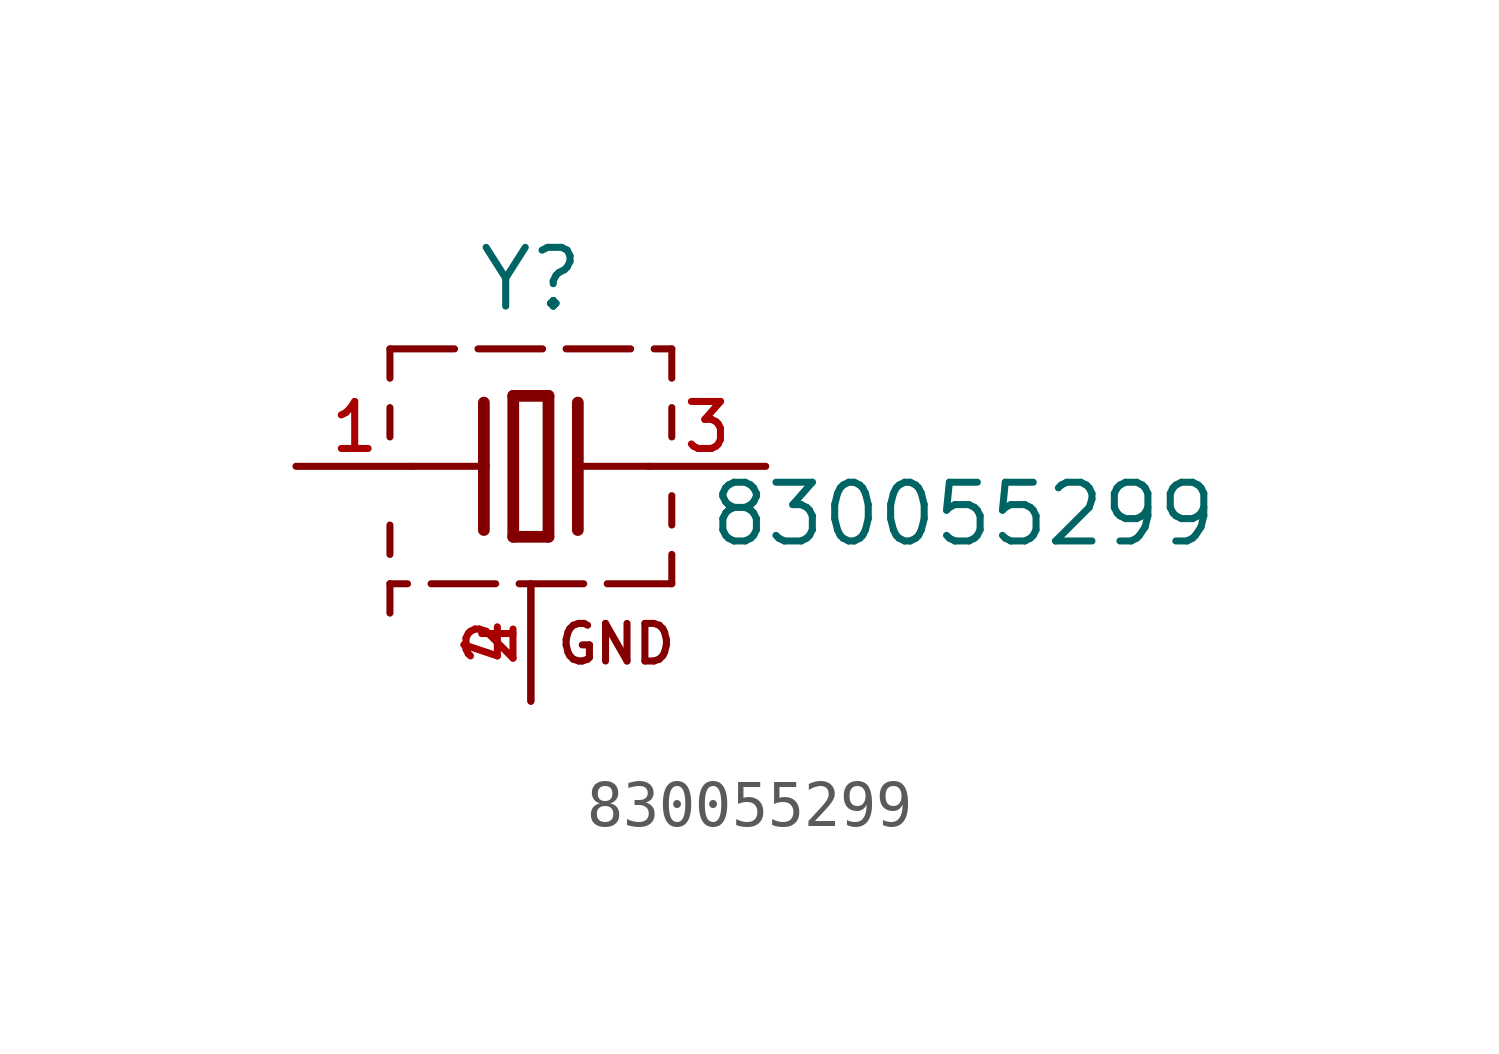
<source format=kicad_sym>
(kicad_symbol_lib
  (version 20231120)
  (generator "kicad_symbol_editor")
  (generator_version "8.0")
  (symbol "830055299"
    (pin_names
      (offset 1.016))
    (property "Reference" "Y"
      (at 0 3.302 0)
      (effects (font (size 1.27 1.27)) (justify bottom)))
    (property "Value" "830055299"
      (at 3.81 -1.778 0)
      (effects (font (size 1.27 1.27)) (justify left bottom)))
    (symbol "830055299_0_0"
      (polyline (pts (xy -3.048 -3.175) (xy -3.048 -2.54)) (stroke (width 0.152) (type default)) (fill (type none)))
      (polyline (pts (xy -3.048 -1.27) (xy -3.048 -1.905)) (stroke (width 0.152) (type default)) (fill (type none)))
      (polyline (pts (xy -3.048 0.635) (xy -3.048 1.27)) (stroke (width 0.152) (type default)) (fill (type none)))
      (polyline (pts (xy -3.048 2.54) (xy -3.048 1.905)) (stroke (width 0.152) (type default)) (fill (type none)))
      (polyline (pts (xy -3.048 2.54) (xy -1.651 2.54)) (stroke (width 0.152) (type default)) (fill (type none)))
      (polyline (pts (xy -2.667 -2.54) (xy -3.048 -2.54)) (stroke (width 0.152) (type default)) (fill (type none)))
      (polyline (pts (xy -2.54 0) (xy -1.016 0)) (stroke (width 0.152) (type default)) (fill (type none)))
      (polyline (pts (xy -1.143 2.54) (xy 0.254 2.54)) (stroke (width 0.152) (type default)) (fill (type none)))
      (polyline (pts (xy -1.016 0) (xy -1.016 -1.378)) (stroke (width 0.254) (type default)) (fill (type none)))
      (polyline (pts (xy -1.016 1.378) (xy -1.016 0)) (stroke (width 0.254) (type default)) (fill (type none)))
      (polyline (pts (xy -0.762 -2.54) (xy -2.159 -2.54)) (stroke (width 0.152) (type default)) (fill (type none)))
      (polyline (pts (xy -0.381 -1.524) (xy 0.381 -1.524)) (stroke (width 0.254) (type default)) (fill (type none)))
      (polyline (pts (xy -0.381 1.524) (xy -0.381 -1.524)) (stroke (width 0.254) (type default)) (fill (type none)))
      (polyline (pts (xy 0.381 -1.524) (xy 0.381 1.524)) (stroke (width 0.254) (type default)) (fill (type none)))
      (polyline (pts (xy 0.381 1.524) (xy -0.381 1.524)) (stroke (width 0.254) (type default)) (fill (type none)))
      (polyline (pts (xy 0.762 2.54) (xy 2.159 2.54)) (stroke (width 0.152) (type default)) (fill (type none)))
      (polyline (pts (xy 1.016 0) (xy 1.016 -1.378)) (stroke (width 0.254) (type default)) (fill (type none)))
      (polyline (pts (xy 1.016 0) (xy 2.54 0)) (stroke (width 0.152) (type default)) (fill (type none)))
      (polyline (pts (xy 1.016 1.378) (xy 1.016 0)) (stroke (width 0.254) (type default)) (fill (type none)))
      (polyline (pts (xy 1.143 -2.54) (xy -0.254 -2.54)) (stroke (width 0.152) (type default)) (fill (type none)))
      (polyline (pts (xy 2.667 2.54) (xy 3.048 2.54)) (stroke (width 0.152) (type default)) (fill (type none)))
      (polyline (pts (xy 3.048 -2.54) (xy 1.651 -2.54)) (stroke (width 0.152) (type default)) (fill (type none)))
      (polyline (pts (xy 3.048 -2.54) (xy 3.048 -1.905)) (stroke (width 0.152) (type default)) (fill (type none)))
      (polyline (pts (xy 3.048 -0.635) (xy 3.048 -1.27)) (stroke (width 0.152) (type default)) (fill (type none)))
      (polyline (pts (xy 3.048 0.635) (xy 3.048 1.27)) (stroke (width 0.152) (type default)) (fill (type none)))
      (polyline (pts (xy 3.048 2.54) (xy 3.048 1.905)) (stroke (width 0.152) (type default)) (fill (type none)))
      (text "GND" (at 0.508 -4.318 0) (effects (font (size 0.813 0.813)) (justify left bottom)))
      (pin passive line (at -5.08 0 0) (length 2.54) (name "~" (effects (font (size 1.016 1.016)))) (number "1" (effects (font (size 1.016 1.016)))))
      (pin passive line (at 0 -5.08 90) (length 2.54) (name "~" (effects (font (size 1.016 1.016)))) (number "2" (effects (font (size 1.016 1.016)))))
      (pin passive line (at 5.08 0 180) (length 2.54) (name "~" (effects (font (size 1.016 1.016)))) (number "3" (effects (font (size 1.016 1.016)))))
      (pin passive line (at 0 -5.08 90) (length 2.54) (name "~" (effects (font (size 1.016 1.016)))) (number "4" (effects (font (size 1.016 1.016))))))))
</source>
